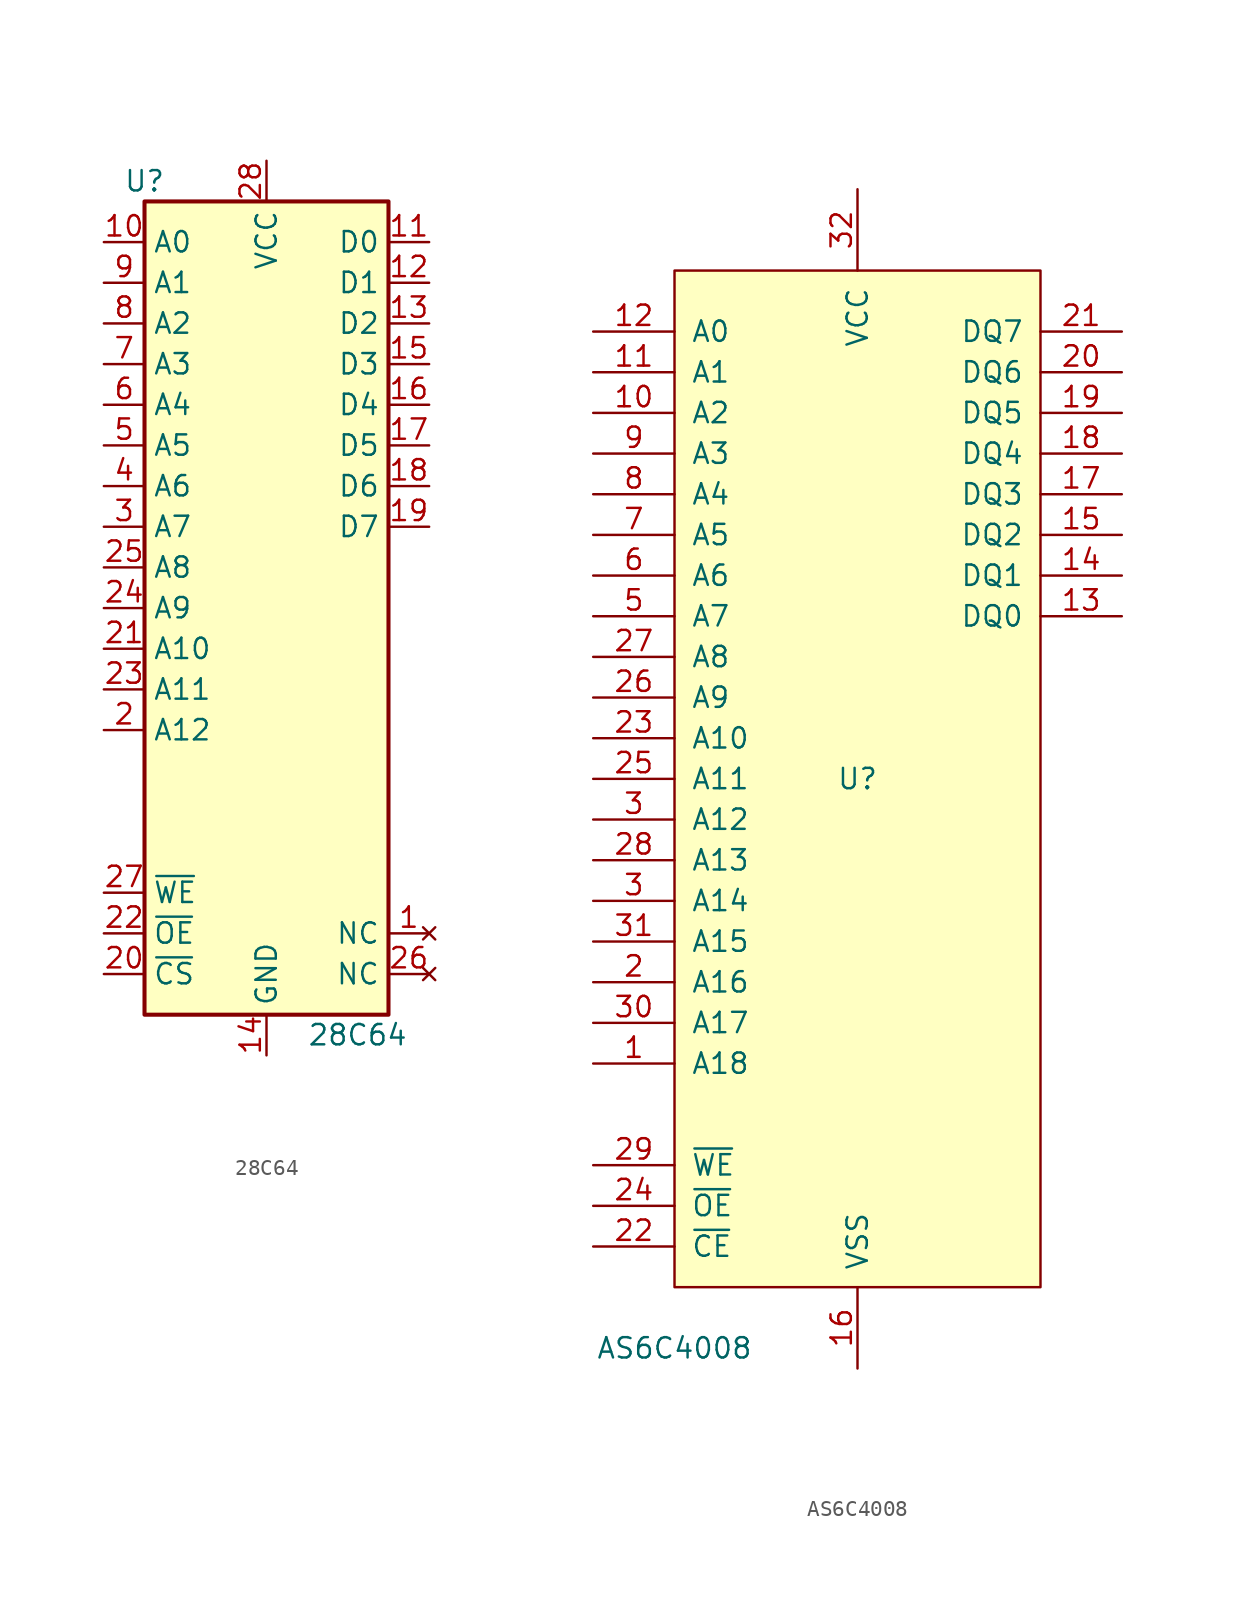
<source format=kicad_sym>
(kicad_symbol_lib
  (version 20211014)
  (generator kicad_symbol_editor)
  (symbol "28C64"
    (property "Reference" "U"
      (at -7.62 26.67 0)
      (effects (font (size 1.27 1.27))))
    (property "Value" "28C64"
      (at 2.54 -26.67 0)
      (effects (font (size 1.27 1.27)) (justify left)))
    (symbol "28C64_1_1"
      (rectangle (start -7.62 25.4) (end 7.62 -25.4) (stroke (width 0.254) (type default) (color 0 0 0 0)) (fill (type background)))
      (pin no_connect line (at 10.16 -20.32 180) (length 2.54) (name "NC" (effects (font (size 1.27 1.27)))) (number "1" (effects (font (size 1.27 1.27)))))
      (pin input line (at -10.16 22.86 0) (length 2.54) (name "A0" (effects (font (size 1.27 1.27)))) (number "10" (effects (font (size 1.27 1.27)))))
      (pin tri_state line (at 10.16 22.86 180) (length 2.54) (name "D0" (effects (font (size 1.27 1.27)))) (number "11" (effects (font (size 1.27 1.27)))))
      (pin tri_state line (at 10.16 20.32 180) (length 2.54) (name "D1" (effects (font (size 1.27 1.27)))) (number "12" (effects (font (size 1.27 1.27)))))
      (pin tri_state line (at 10.16 17.78 180) (length 2.54) (name "D2" (effects (font (size 1.27 1.27)))) (number "13" (effects (font (size 1.27 1.27)))))
      (pin power_in line (at 0 -27.94 90) (length 2.54) (name "GND" (effects (font (size 1.27 1.27)))) (number "14" (effects (font (size 1.27 1.27)))))
      (pin tri_state line (at 10.16 15.24 180) (length 2.54) (name "D3" (effects (font (size 1.27 1.27)))) (number "15" (effects (font (size 1.27 1.27)))))
      (pin tri_state line (at 10.16 12.7 180) (length 2.54) (name "D4" (effects (font (size 1.27 1.27)))) (number "16" (effects (font (size 1.27 1.27)))))
      (pin tri_state line (at 10.16 10.16 180) (length 2.54) (name "D5" (effects (font (size 1.27 1.27)))) (number "17" (effects (font (size 1.27 1.27)))))
      (pin tri_state line (at 10.16 7.62 180) (length 2.54) (name "D6" (effects (font (size 1.27 1.27)))) (number "18" (effects (font (size 1.27 1.27)))))
      (pin tri_state line (at 10.16 5.08 180) (length 2.54) (name "D7" (effects (font (size 1.27 1.27)))) (number "19" (effects (font (size 1.27 1.27)))))
      (pin input line (at -10.16 -7.62 0) (length 2.54) (name "A12" (effects (font (size 1.27 1.27)))) (number "2" (effects (font (size 1.27 1.27)))))
      (pin input line (at -10.16 -22.86 0) (length 2.54) (name "~{CS}" (effects (font (size 1.27 1.27)))) (number "20" (effects (font (size 1.27 1.27)))))
      (pin input line (at -10.16 -2.54 0) (length 2.54) (name "A10" (effects (font (size 1.27 1.27)))) (number "21" (effects (font (size 1.27 1.27)))))
      (pin input line (at -10.16 -20.32 0) (length 2.54) (name "~{OE}" (effects (font (size 1.27 1.27)))) (number "22" (effects (font (size 1.27 1.27)))))
      (pin input line (at -10.16 -5.08 0) (length 2.54) (name "A11" (effects (font (size 1.27 1.27)))) (number "23" (effects (font (size 1.27 1.27)))))
      (pin input line (at -10.16 0 0) (length 2.54) (name "A9" (effects (font (size 1.27 1.27)))) (number "24" (effects (font (size 1.27 1.27)))))
      (pin input line (at -10.16 2.54 0) (length 2.54) (name "A8" (effects (font (size 1.27 1.27)))) (number "25" (effects (font (size 1.27 1.27)))))
      (pin no_connect line (at 10.16 -22.86 180) (length 2.54) (name "NC" (effects (font (size 1.27 1.27)))) (number "26" (effects (font (size 1.27 1.27)))))
      (pin input line (at -10.16 -17.78 0) (length 2.54) (name "~{WE}" (effects (font (size 1.27 1.27)))) (number "27" (effects (font (size 1.27 1.27)))))
      (pin power_in line (at 0 27.94 270) (length 2.54) (name "VCC" (effects (font (size 1.27 1.27)))) (number "28" (effects (font (size 1.27 1.27)))))
      (pin input line (at -10.16 5.08 0) (length 2.54) (name "A7" (effects (font (size 1.27 1.27)))) (number "3" (effects (font (size 1.27 1.27)))))
      (pin input line (at -10.16 7.62 0) (length 2.54) (name "A6" (effects (font (size 1.27 1.27)))) (number "4" (effects (font (size 1.27 1.27)))))
      (pin input line (at -10.16 10.16 0) (length 2.54) (name "A5" (effects (font (size 1.27 1.27)))) (number "5" (effects (font (size 1.27 1.27)))))
      (pin input line (at -10.16 12.7 0) (length 2.54) (name "A4" (effects (font (size 1.27 1.27)))) (number "6" (effects (font (size 1.27 1.27)))))
      (pin input line (at -10.16 15.24 0) (length 2.54) (name "A3" (effects (font (size 1.27 1.27)))) (number "7" (effects (font (size 1.27 1.27)))))
      (pin input line (at -10.16 17.78 0) (length 2.54) (name "A2" (effects (font (size 1.27 1.27)))) (number "8" (effects (font (size 1.27 1.27)))))
      (pin input line (at -10.16 20.32 0) (length 2.54) (name "A1" (effects (font (size 1.27 1.27)))) (number "9" (effects (font (size 1.27 1.27)))))))
  (symbol "AS6C4008"
    (pin_names
      (offset 1.016))
    (property "Reference" "U"
      (at 0 0 0)
      (effects (font (size 1.27 1.27))))
    (property "Value" "AS6C4008"
      (at -11.43 -35.56 0)
      (effects (font (size 1.27 1.27))))
    (symbol "AS6C4008_0_1"
      (rectangle (start -11.43 31.75) (end 11.43 -31.75) (stroke (width 0) (type default) (color 0 0 0 0)) (fill (type background))))
    (symbol "AS6C4008_1_1"
      (pin input line (at -16.51 -17.78 0) (length 5.08) (name "A18" (effects (font (size 1.27 1.27)))) (number "1" (effects (font (size 1.27 1.27)))))
      (pin input line (at -16.51 22.86 0) (length 5.08) (name "A2" (effects (font (size 1.27 1.27)))) (number "10" (effects (font (size 1.27 1.27)))))
      (pin input line (at -16.51 25.4 0) (length 5.08) (name "A1" (effects (font (size 1.27 1.27)))) (number "11" (effects (font (size 1.27 1.27)))))
      (pin input line (at -16.51 27.94 0) (length 5.08) (name "A0" (effects (font (size 1.27 1.27)))) (number "12" (effects (font (size 1.27 1.27)))))
      (pin bidirectional line (at 16.51 10.16 180) (length 5.08) (name "DQ0" (effects (font (size 1.27 1.27)))) (number "13" (effects (font (size 1.27 1.27)))))
      (pin bidirectional line (at 16.51 12.7 180) (length 5.08) (name "DQ1" (effects (font (size 1.27 1.27)))) (number "14" (effects (font (size 1.27 1.27)))))
      (pin bidirectional line (at 16.51 15.24 180) (length 5.08) (name "DQ2" (effects (font (size 1.27 1.27)))) (number "15" (effects (font (size 1.27 1.27)))))
      (pin power_in line (at 0 -36.83 90) (length 5.08) (name "VSS" (effects (font (size 1.27 1.27)))) (number "16" (effects (font (size 1.27 1.27)))))
      (pin bidirectional line (at 16.51 17.78 180) (length 5.08) (name "DQ3" (effects (font (size 1.27 1.27)))) (number "17" (effects (font (size 1.27 1.27)))))
      (pin bidirectional line (at 16.51 20.32 180) (length 5.08) (name "DQ4" (effects (font (size 1.27 1.27)))) (number "18" (effects (font (size 1.27 1.27)))))
      (pin bidirectional line (at 16.51 22.86 180) (length 5.08) (name "DQ5" (effects (font (size 1.27 1.27)))) (number "19" (effects (font (size 1.27 1.27)))))
      (pin input line (at -16.51 -12.7 0) (length 5.08) (name "A16" (effects (font (size 1.27 1.27)))) (number "2" (effects (font (size 1.27 1.27)))))
      (pin bidirectional line (at 16.51 25.4 180) (length 5.08) (name "DQ6" (effects (font (size 1.27 1.27)))) (number "20" (effects (font (size 1.27 1.27)))))
      (pin bidirectional line (at 16.51 27.94 180) (length 5.08) (name "DQ7" (effects (font (size 1.27 1.27)))) (number "21" (effects (font (size 1.27 1.27)))))
      (pin input line (at -16.51 -29.21 0) (length 5.08) (name "~{CE}" (effects (font (size 1.27 1.27)))) (number "22" (effects (font (size 1.27 1.27)))))
      (pin input line (at -16.51 2.54 0) (length 5.08) (name "A10" (effects (font (size 1.27 1.27)))) (number "23" (effects (font (size 1.27 1.27)))))
      (pin input line (at -16.51 -26.67 0) (length 5.08) (name "~{OE}" (effects (font (size 1.27 1.27)))) (number "24" (effects (font (size 1.27 1.27)))))
      (pin input line (at -16.51 0 0) (length 5.08) (name "A11" (effects (font (size 1.27 1.27)))) (number "25" (effects (font (size 1.27 1.27)))))
      (pin input line (at -16.51 5.08 0) (length 5.08) (name "A9" (effects (font (size 1.27 1.27)))) (number "26" (effects (font (size 1.27 1.27)))))
      (pin input line (at -16.51 7.62 0) (length 5.08) (name "A8" (effects (font (size 1.27 1.27)))) (number "27" (effects (font (size 1.27 1.27)))))
      (pin input line (at -16.51 -5.08 0) (length 5.08) (name "A13" (effects (font (size 1.27 1.27)))) (number "28" (effects (font (size 1.27 1.27)))))
      (pin input line (at -16.51 -24.13 0) (length 5.08) (name "~{WE}" (effects (font (size 1.27 1.27)))) (number "29" (effects (font (size 1.27 1.27)))))
      (pin input line (at -16.51 -2.54 0) (length 5.08) (name "A12" (effects (font (size 1.27 1.27)))) (number "3" (effects (font (size 1.27 1.27)))))
      (pin input line (at -16.51 -7.62 0) (length 5.08) (name "A14" (effects (font (size 1.27 1.27)))) (number "3" (effects (font (size 1.27 1.27)))))
      (pin input line (at -16.51 -15.24 0) (length 5.08) (name "A17" (effects (font (size 1.27 1.27)))) (number "30" (effects (font (size 1.27 1.27)))))
      (pin input line (at -16.51 -10.16 0) (length 5.08) (name "A15" (effects (font (size 1.27 1.27)))) (number "31" (effects (font (size 1.27 1.27)))))
      (pin power_in line (at 0 36.83 270) (length 5.08) (name "VCC" (effects (font (size 1.27 1.27)))) (number "32" (effects (font (size 1.27 1.27)))))
      (pin input line (at -16.51 10.16 0) (length 5.08) (name "A7" (effects (font (size 1.27 1.27)))) (number "5" (effects (font (size 1.27 1.27)))))
      (pin input line (at -16.51 12.7 0) (length 5.08) (name "A6" (effects (font (size 1.27 1.27)))) (number "6" (effects (font (size 1.27 1.27)))))
      (pin input line (at -16.51 15.24 0) (length 5.08) (name "A5" (effects (font (size 1.27 1.27)))) (number "7" (effects (font (size 1.27 1.27)))))
      (pin input line (at -16.51 17.78 0) (length 5.08) (name "A4" (effects (font (size 1.27 1.27)))) (number "8" (effects (font (size 1.27 1.27)))))
      (pin input line (at -16.51 20.32 0) (length 5.08) (name "A3" (effects (font (size 1.27 1.27)))) (number "9" (effects (font (size 1.27 1.27))))))))
</source>
